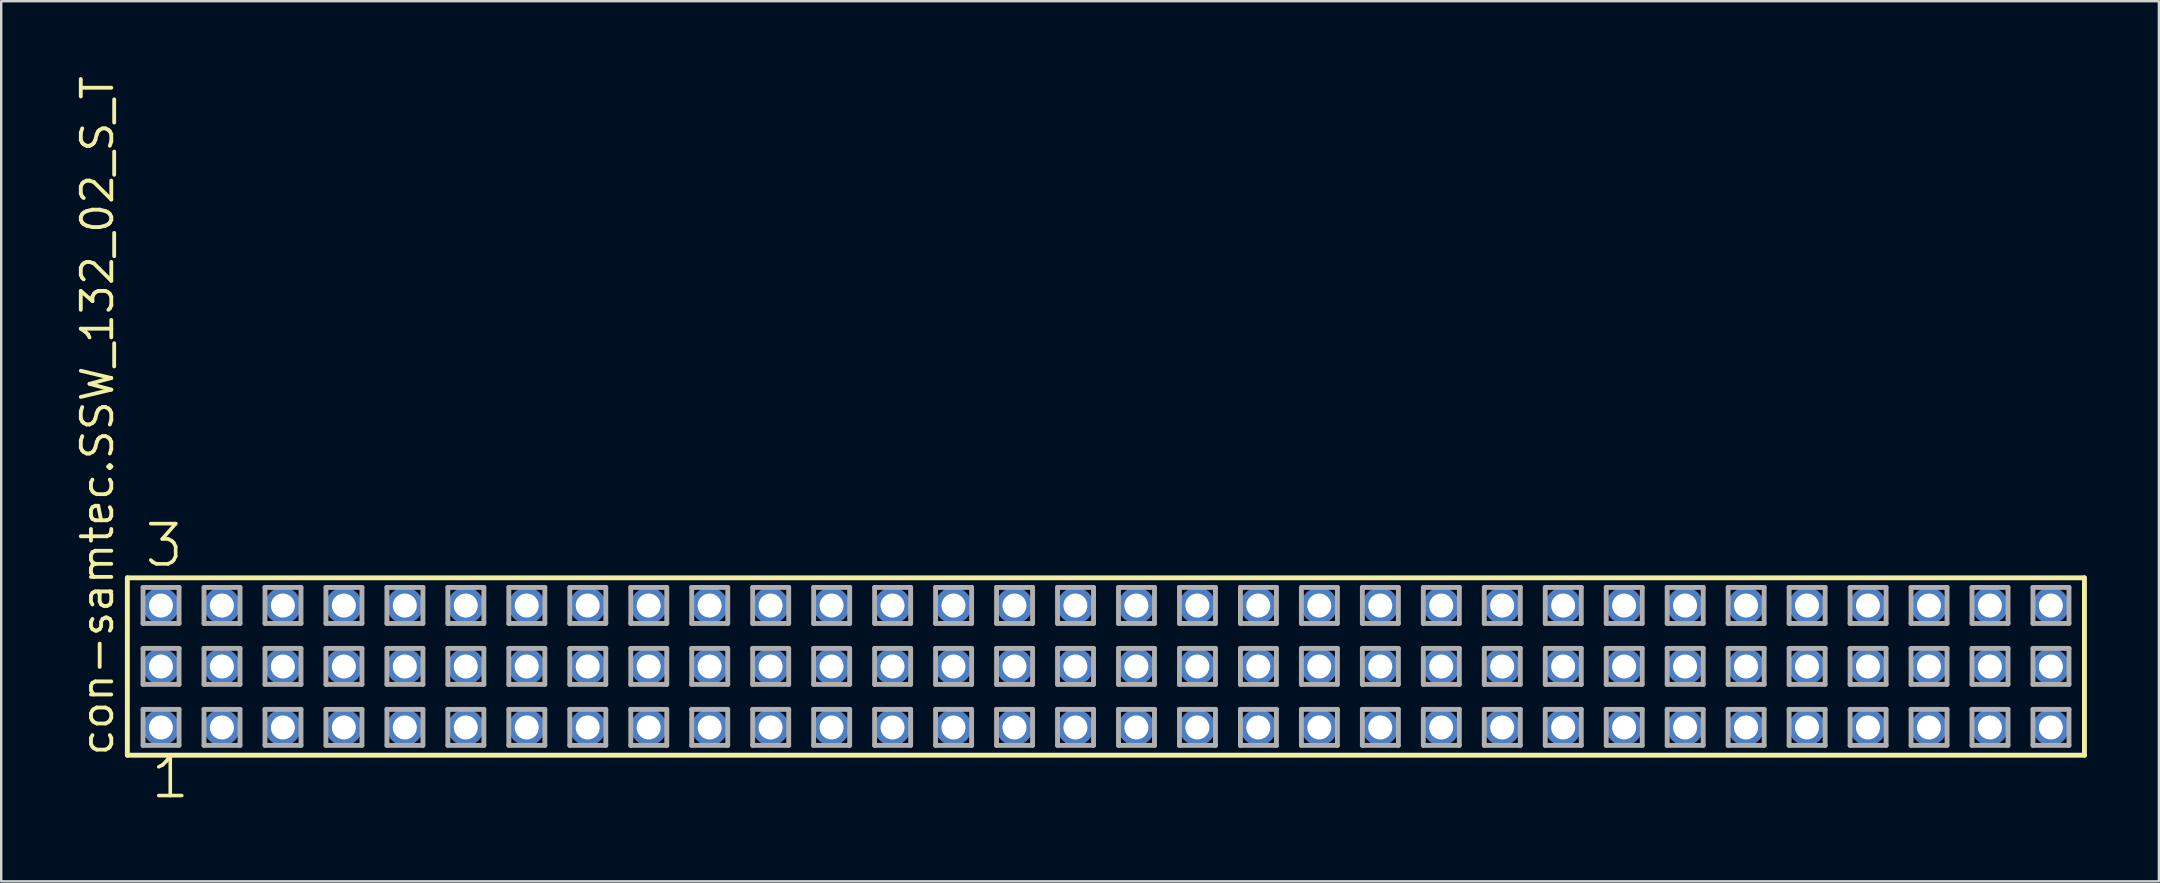
<source format=kicad_pcb>
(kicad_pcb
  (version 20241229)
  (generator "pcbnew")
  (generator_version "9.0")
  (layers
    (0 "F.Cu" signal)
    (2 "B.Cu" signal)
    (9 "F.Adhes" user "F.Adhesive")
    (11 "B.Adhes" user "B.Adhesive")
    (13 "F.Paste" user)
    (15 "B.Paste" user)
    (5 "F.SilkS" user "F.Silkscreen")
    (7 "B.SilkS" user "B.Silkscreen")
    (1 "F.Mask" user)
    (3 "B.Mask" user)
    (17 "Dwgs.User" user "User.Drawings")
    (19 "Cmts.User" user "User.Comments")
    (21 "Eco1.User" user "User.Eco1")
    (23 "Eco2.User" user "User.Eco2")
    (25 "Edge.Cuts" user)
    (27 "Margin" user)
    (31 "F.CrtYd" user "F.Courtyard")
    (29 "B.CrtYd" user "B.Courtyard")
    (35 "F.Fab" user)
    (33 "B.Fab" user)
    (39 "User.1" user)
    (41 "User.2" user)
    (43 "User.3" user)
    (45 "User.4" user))
  (footprint "con-samtec.SSW_132_02_S_T"
    (layer "F.Cu")
    (at 43.025 24.719)
    (property "Reference" "con-samtec.SSW_132_02_S_T" (at -41.275 3.81 90) (layer "F.SilkS") (effects (font (size 1.27 1.27) (thickness 0.16)) (justify left bottom)))
    (attr through_hole)
    (fp_line (start -40.769 -3.695) (end 40.769 -3.695) (stroke (width 0.203) (type default)) (layer "F.SilkS"))
    (fp_line (start -40.769 3.695) (end -40.769 -3.695) (stroke (width 0.203) (type default)) (layer "F.SilkS"))
    (fp_line (start 40.769 -3.695) (end 40.769 3.695) (stroke (width 0.203) (type default)) (layer "F.SilkS"))
    (fp_line (start 40.769 3.695) (end -40.769 3.695) (stroke (width 0.203) (type default)) (layer "F.SilkS"))
    (fp_line (start -40.115 -3.295) (end -38.615 -3.295) (stroke (width 0.203) (type default)) (layer "F.Fab"))
    (fp_line (start -40.115 -1.795) (end -40.115 -3.295) (stroke (width 0.203) (type default)) (layer "F.Fab"))
    (fp_line (start -40.115 -0.755) (end -38.615 -0.755) (stroke (width 0.203) (type default)) (layer "F.Fab"))
    (fp_line (start -40.115 0.745) (end -40.115 -0.755) (stroke (width 0.203) (type default)) (layer "F.Fab"))
    (fp_line (start -40.115 1.785) (end -38.615 1.785) (stroke (width 0.203) (type default)) (layer "F.Fab"))
    (fp_line (start -40.115 3.285) (end -40.115 1.785) (stroke (width 0.203) (type default)) (layer "F.Fab"))
    (fp_line (start -38.615 -3.295) (end -38.615 -1.795) (stroke (width 0.203) (type default)) (layer "F.Fab"))
    (fp_line (start -38.615 -1.795) (end -40.115 -1.795) (stroke (width 0.203) (type default)) (layer "F.Fab"))
    (fp_line (start -38.615 -0.755) (end -38.615 0.745) (stroke (width 0.203) (type default)) (layer "F.Fab"))
    (fp_line (start -38.615 0.745) (end -40.115 0.745) (stroke (width 0.203) (type default)) (layer "F.Fab"))
    (fp_line (start -38.615 1.785) (end -38.615 3.285) (stroke (width 0.203) (type default)) (layer "F.Fab"))
    (fp_line (start -38.615 3.285) (end -40.115 3.285) (stroke (width 0.203) (type default)) (layer "F.Fab"))
    (fp_line (start -37.575 -3.295) (end -36.075 -3.295) (stroke (width 0.203) (type default)) (layer "F.Fab"))
    (fp_line (start -37.575 -1.795) (end -37.575 -3.295) (stroke (width 0.203) (type default)) (layer "F.Fab"))
    (fp_line (start -37.575 -0.755) (end -36.075 -0.755) (stroke (width 0.203) (type default)) (layer "F.Fab"))
    (fp_line (start -37.575 0.745) (end -37.575 -0.755) (stroke (width 0.203) (type default)) (layer "F.Fab"))
    (fp_line (start -37.575 1.785) (end -36.075 1.785) (stroke (width 0.203) (type default)) (layer "F.Fab"))
    (fp_line (start -37.575 3.285) (end -37.575 1.785) (stroke (width 0.203) (type default)) (layer "F.Fab"))
    (fp_line (start -36.075 -3.295) (end -36.075 -1.795) (stroke (width 0.203) (type default)) (layer "F.Fab"))
    (fp_line (start -36.075 -1.795) (end -37.575 -1.795) (stroke (width 0.203) (type default)) (layer "F.Fab"))
    (fp_line (start -36.075 -0.755) (end -36.075 0.745) (stroke (width 0.203) (type default)) (layer "F.Fab"))
    (fp_line (start -36.075 0.745) (end -37.575 0.745) (stroke (width 0.203) (type default)) (layer "F.Fab"))
    (fp_line (start -36.075 1.785) (end -36.075 3.285) (stroke (width 0.203) (type default)) (layer "F.Fab"))
    (fp_line (start -36.075 3.285) (end -37.575 3.285) (stroke (width 0.203) (type default)) (layer "F.Fab"))
    (fp_line (start -35.035 -3.295) (end -33.535 -3.295) (stroke (width 0.203) (type default)) (layer "F.Fab"))
    (fp_line (start -35.035 -1.795) (end -35.035 -3.295) (stroke (width 0.203) (type default)) (layer "F.Fab"))
    (fp_line (start -35.035 -0.755) (end -33.535 -0.755) (stroke (width 0.203) (type default)) (layer "F.Fab"))
    (fp_line (start -35.035 0.745) (end -35.035 -0.755) (stroke (width 0.203) (type default)) (layer "F.Fab"))
    (fp_line (start -35.035 1.785) (end -33.535 1.785) (stroke (width 0.203) (type default)) (layer "F.Fab"))
    (fp_line (start -35.035 3.285) (end -35.035 1.785) (stroke (width 0.203) (type default)) (layer "F.Fab"))
    (fp_line (start -33.535 -3.295) (end -33.535 -1.795) (stroke (width 0.203) (type default)) (layer "F.Fab"))
    (fp_line (start -33.535 -1.795) (end -35.035 -1.795) (stroke (width 0.203) (type default)) (layer "F.Fab"))
    (fp_line (start -33.535 -0.755) (end -33.535 0.745) (stroke (width 0.203) (type default)) (layer "F.Fab"))
    (fp_line (start -33.535 0.745) (end -35.035 0.745) (stroke (width 0.203) (type default)) (layer "F.Fab"))
    (fp_line (start -33.535 1.785) (end -33.535 3.285) (stroke (width 0.203) (type default)) (layer "F.Fab"))
    (fp_line (start -33.535 3.285) (end -35.035 3.285) (stroke (width 0.203) (type default)) (layer "F.Fab"))
    (fp_line (start -32.495 -3.295) (end -30.995 -3.295) (stroke (width 0.203) (type default)) (layer "F.Fab"))
    (fp_line (start -32.495 -1.795) (end -32.495 -3.295) (stroke (width 0.203) (type default)) (layer "F.Fab"))
    (fp_line (start -32.495 -0.755) (end -30.995 -0.755) (stroke (width 0.203) (type default)) (layer "F.Fab"))
    (fp_line (start -32.495 0.745) (end -32.495 -0.755) (stroke (width 0.203) (type default)) (layer "F.Fab"))
    (fp_line (start -32.495 1.785) (end -30.995 1.785) (stroke (width 0.203) (type default)) (layer "F.Fab"))
    (fp_line (start -32.495 3.285) (end -32.495 1.785) (stroke (width 0.203) (type default)) (layer "F.Fab"))
    (fp_line (start -30.995 -3.295) (end -30.995 -1.795) (stroke (width 0.203) (type default)) (layer "F.Fab"))
    (fp_line (start -30.995 -1.795) (end -32.495 -1.795) (stroke (width 0.203) (type default)) (layer "F.Fab"))
    (fp_line (start -30.995 -0.755) (end -30.995 0.745) (stroke (width 0.203) (type default)) (layer "F.Fab"))
    (fp_line (start -30.995 0.745) (end -32.495 0.745) (stroke (width 0.203) (type default)) (layer "F.Fab"))
    (fp_line (start -30.995 1.785) (end -30.995 3.285) (stroke (width 0.203) (type default)) (layer "F.Fab"))
    (fp_line (start -30.995 3.285) (end -32.495 3.285) (stroke (width 0.203) (type default)) (layer "F.Fab"))
    (fp_line (start -29.955 -3.295) (end -28.455 -3.295) (stroke (width 0.203) (type default)) (layer "F.Fab"))
    (fp_line (start -29.955 -1.795) (end -29.955 -3.295) (stroke (width 0.203) (type default)) (layer "F.Fab"))
    (fp_line (start -29.955 -0.755) (end -28.455 -0.755) (stroke (width 0.203) (type default)) (layer "F.Fab"))
    (fp_line (start -29.955 0.745) (end -29.955 -0.755) (stroke (width 0.203) (type default)) (layer "F.Fab"))
    (fp_line (start -29.955 1.785) (end -28.455 1.785) (stroke (width 0.203) (type default)) (layer "F.Fab"))
    (fp_line (start -29.955 3.285) (end -29.955 1.785) (stroke (width 0.203) (type default)) (layer "F.Fab"))
    (fp_line (start -28.455 -3.295) (end -28.455 -1.795) (stroke (width 0.203) (type default)) (layer "F.Fab"))
    (fp_line (start -28.455 -1.795) (end -29.955 -1.795) (stroke (width 0.203) (type default)) (layer "F.Fab"))
    (fp_line (start -28.455 -0.755) (end -28.455 0.745) (stroke (width 0.203) (type default)) (layer "F.Fab"))
    (fp_line (start -28.455 0.745) (end -29.955 0.745) (stroke (width 0.203) (type default)) (layer "F.Fab"))
    (fp_line (start -28.455 1.785) (end -28.455 3.285) (stroke (width 0.203) (type default)) (layer "F.Fab"))
    (fp_line (start -28.455 3.285) (end -29.955 3.285) (stroke (width 0.203) (type default)) (layer "F.Fab"))
    (fp_line (start -27.415 -3.295) (end -25.915 -3.295) (stroke (width 0.203) (type default)) (layer "F.Fab"))
    (fp_line (start -27.415 -1.795) (end -27.415 -3.295) (stroke (width 0.203) (type default)) (layer "F.Fab"))
    (fp_line (start -27.415 -0.755) (end -25.915 -0.755) (stroke (width 0.203) (type default)) (layer "F.Fab"))
    (fp_line (start -27.415 0.745) (end -27.415 -0.755) (stroke (width 0.203) (type default)) (layer "F.Fab"))
    (fp_line (start -27.415 1.785) (end -25.915 1.785) (stroke (width 0.203) (type default)) (layer "F.Fab"))
    (fp_line (start -27.415 3.285) (end -27.415 1.785) (stroke (width 0.203) (type default)) (layer "F.Fab"))
    (fp_line (start -25.915 -3.295) (end -25.915 -1.795) (stroke (width 0.203) (type default)) (layer "F.Fab"))
    (fp_line (start -25.915 -1.795) (end -27.415 -1.795) (stroke (width 0.203) (type default)) (layer "F.Fab"))
    (fp_line (start -25.915 -0.755) (end -25.915 0.745) (stroke (width 0.203) (type default)) (layer "F.Fab"))
    (fp_line (start -25.915 0.745) (end -27.415 0.745) (stroke (width 0.203) (type default)) (layer "F.Fab"))
    (fp_line (start -25.915 1.785) (end -25.915 3.285) (stroke (width 0.203) (type default)) (layer "F.Fab"))
    (fp_line (start -25.915 3.285) (end -27.415 3.285) (stroke (width 0.203) (type default)) (layer "F.Fab"))
    (fp_line (start -24.875 -3.295) (end -23.375 -3.295) (stroke (width 0.203) (type default)) (layer "F.Fab"))
    (fp_line (start -24.875 -1.795) (end -24.875 -3.295) (stroke (width 0.203) (type default)) (layer "F.Fab"))
    (fp_line (start -24.875 -0.755) (end -23.375 -0.755) (stroke (width 0.203) (type default)) (layer "F.Fab"))
    (fp_line (start -24.875 0.745) (end -24.875 -0.755) (stroke (width 0.203) (type default)) (layer "F.Fab"))
    (fp_line (start -24.875 1.785) (end -23.375 1.785) (stroke (width 0.203) (type default)) (layer "F.Fab"))
    (fp_line (start -24.875 3.285) (end -24.875 1.785) (stroke (width 0.203) (type default)) (layer "F.Fab"))
    (fp_line (start -23.375 -3.295) (end -23.375 -1.795) (stroke (width 0.203) (type default)) (layer "F.Fab"))
    (fp_line (start -23.375 -1.795) (end -24.875 -1.795) (stroke (width 0.203) (type default)) (layer "F.Fab"))
    (fp_line (start -23.375 -0.755) (end -23.375 0.745) (stroke (width 0.203) (type default)) (layer "F.Fab"))
    (fp_line (start -23.375 0.745) (end -24.875 0.745) (stroke (width 0.203) (type default)) (layer "F.Fab"))
    (fp_line (start -23.375 1.785) (end -23.375 3.285) (stroke (width 0.203) (type default)) (layer "F.Fab"))
    (fp_line (start -23.375 3.285) (end -24.875 3.285) (stroke (width 0.203) (type default)) (layer "F.Fab"))
    (fp_line (start -22.335 -3.295) (end -20.835 -3.295) (stroke (width 0.203) (type default)) (layer "F.Fab"))
    (fp_line (start -22.335 -1.795) (end -22.335 -3.295) (stroke (width 0.203) (type default)) (layer "F.Fab"))
    (fp_line (start -22.335 -0.755) (end -20.835 -0.755) (stroke (width 0.203) (type default)) (layer "F.Fab"))
    (fp_line (start -22.335 0.745) (end -22.335 -0.755) (stroke (width 0.203) (type default)) (layer "F.Fab"))
    (fp_line (start -22.335 1.785) (end -20.835 1.785) (stroke (width 0.203) (type default)) (layer "F.Fab"))
    (fp_line (start -22.335 3.285) (end -22.335 1.785) (stroke (width 0.203) (type default)) (layer "F.Fab"))
    (fp_line (start -20.835 -3.295) (end -20.835 -1.795) (stroke (width 0.203) (type default)) (layer "F.Fab"))
    (fp_line (start -20.835 -1.795) (end -22.335 -1.795) (stroke (width 0.203) (type default)) (layer "F.Fab"))
    (fp_line (start -20.835 -0.755) (end -20.835 0.745) (stroke (width 0.203) (type default)) (layer "F.Fab"))
    (fp_line (start -20.835 0.745) (end -22.335 0.745) (stroke (width 0.203) (type default)) (layer "F.Fab"))
    (fp_line (start -20.835 1.785) (end -20.835 3.285) (stroke (width 0.203) (type default)) (layer "F.Fab"))
    (fp_line (start -20.835 3.285) (end -22.335 3.285) (stroke (width 0.203) (type default)) (layer "F.Fab"))
    (fp_line (start -19.795 -3.295) (end -18.295 -3.295) (stroke (width 0.203) (type default)) (layer "F.Fab"))
    (fp_line (start -19.795 -1.795) (end -19.795 -3.295) (stroke (width 0.203) (type default)) (layer "F.Fab"))
    (fp_line (start -19.795 -0.755) (end -18.295 -0.755) (stroke (width 0.203) (type default)) (layer "F.Fab"))
    (fp_line (start -19.795 0.745) (end -19.795 -0.755) (stroke (width 0.203) (type default)) (layer "F.Fab"))
    (fp_line (start -19.795 1.785) (end -18.295 1.785) (stroke (width 0.203) (type default)) (layer "F.Fab"))
    (fp_line (start -19.795 3.285) (end -19.795 1.785) (stroke (width 0.203) (type default)) (layer "F.Fab"))
    (fp_line (start -18.295 -3.295) (end -18.295 -1.795) (stroke (width 0.203) (type default)) (layer "F.Fab"))
    (fp_line (start -18.295 -1.795) (end -19.795 -1.795) (stroke (width 0.203) (type default)) (layer "F.Fab"))
    (fp_line (start -18.295 -0.755) (end -18.295 0.745) (stroke (width 0.203) (type default)) (layer "F.Fab"))
    (fp_line (start -18.295 0.745) (end -19.795 0.745) (stroke (width 0.203) (type default)) (layer "F.Fab"))
    (fp_line (start -18.295 1.785) (end -18.295 3.285) (stroke (width 0.203) (type default)) (layer "F.Fab"))
    (fp_line (start -18.295 3.285) (end -19.795 3.285) (stroke (width 0.203) (type default)) (layer "F.Fab"))
    (fp_line (start -17.255 -3.295) (end -15.755 -3.295) (stroke (width 0.203) (type default)) (layer "F.Fab"))
    (fp_line (start -17.255 -1.795) (end -17.255 -3.295) (stroke (width 0.203) (type default)) (layer "F.Fab"))
    (fp_line (start -17.255 -0.755) (end -15.755 -0.755) (stroke (width 0.203) (type default)) (layer "F.Fab"))
    (fp_line (start -17.255 0.745) (end -17.255 -0.755) (stroke (width 0.203) (type default)) (layer "F.Fab"))
    (fp_line (start -17.255 1.785) (end -15.755 1.785) (stroke (width 0.203) (type default)) (layer "F.Fab"))
    (fp_line (start -17.255 3.285) (end -17.255 1.785) (stroke (width 0.203) (type default)) (layer "F.Fab"))
    (fp_line (start -15.755 -3.295) (end -15.755 -1.795) (stroke (width 0.203) (type default)) (layer "F.Fab"))
    (fp_line (start -15.755 -1.795) (end -17.255 -1.795) (stroke (width 0.203) (type default)) (layer "F.Fab"))
    (fp_line (start -15.755 -0.755) (end -15.755 0.745) (stroke (width 0.203) (type default)) (layer "F.Fab"))
    (fp_line (start -15.755 0.745) (end -17.255 0.745) (stroke (width 0.203) (type default)) (layer "F.Fab"))
    (fp_line (start -15.755 1.785) (end -15.755 3.285) (stroke (width 0.203) (type default)) (layer "F.Fab"))
    (fp_line (start -15.755 3.285) (end -17.255 3.285) (stroke (width 0.203) (type default)) (layer "F.Fab"))
    (fp_line (start -14.715 -3.295) (end -13.215 -3.295) (stroke (width 0.203) (type default)) (layer "F.Fab"))
    (fp_line (start -14.715 -1.795) (end -14.715 -3.295) (stroke (width 0.203) (type default)) (layer "F.Fab"))
    (fp_line (start -14.715 -0.755) (end -13.215 -0.755) (stroke (width 0.203) (type default)) (layer "F.Fab"))
    (fp_line (start -14.715 0.745) (end -14.715 -0.755) (stroke (width 0.203) (type default)) (layer "F.Fab"))
    (fp_line (start -14.715 1.785) (end -13.215 1.785) (stroke (width 0.203) (type default)) (layer "F.Fab"))
    (fp_line (start -14.715 3.285) (end -14.715 1.785) (stroke (width 0.203) (type default)) (layer "F.Fab"))
    (fp_line (start -13.215 -3.295) (end -13.215 -1.795) (stroke (width 0.203) (type default)) (layer "F.Fab"))
    (fp_line (start -13.215 -1.795) (end -14.715 -1.795) (stroke (width 0.203) (type default)) (layer "F.Fab"))
    (fp_line (start -13.215 -0.755) (end -13.215 0.745) (stroke (width 0.203) (type default)) (layer "F.Fab"))
    (fp_line (start -13.215 0.745) (end -14.715 0.745) (stroke (width 0.203) (type default)) (layer "F.Fab"))
    (fp_line (start -13.215 1.785) (end -13.215 3.285) (stroke (width 0.203) (type default)) (layer "F.Fab"))
    (fp_line (start -13.215 3.285) (end -14.715 3.285) (stroke (width 0.203) (type default)) (layer "F.Fab"))
    (fp_line (start -12.175 -3.295) (end -10.675 -3.295) (stroke (width 0.203) (type default)) (layer "F.Fab"))
    (fp_line (start -12.175 -1.795) (end -12.175 -3.295) (stroke (width 0.203) (type default)) (layer "F.Fab"))
    (fp_line (start -12.175 -0.755) (end -10.675 -0.755) (stroke (width 0.203) (type default)) (layer "F.Fab"))
    (fp_line (start -12.175 0.745) (end -12.175 -0.755) (stroke (width 0.203) (type default)) (layer "F.Fab"))
    (fp_line (start -12.175 1.785) (end -10.675 1.785) (stroke (width 0.203) (type default)) (layer "F.Fab"))
    (fp_line (start -12.175 3.285) (end -12.175 1.785) (stroke (width 0.203) (type default)) (layer "F.Fab"))
    (fp_line (start -10.675 -3.295) (end -10.675 -1.795) (stroke (width 0.203) (type default)) (layer "F.Fab"))
    (fp_line (start -10.675 -1.795) (end -12.175 -1.795) (stroke (width 0.203) (type default)) (layer "F.Fab"))
    (fp_line (start -10.675 -0.755) (end -10.675 0.745) (stroke (width 0.203) (type default)) (layer "F.Fab"))
    (fp_line (start -10.675 0.745) (end -12.175 0.745) (stroke (width 0.203) (type default)) (layer "F.Fab"))
    (fp_line (start -10.675 1.785) (end -10.675 3.285) (stroke (width 0.203) (type default)) (layer "F.Fab"))
    (fp_line (start -10.675 3.285) (end -12.175 3.285) (stroke (width 0.203) (type default)) (layer "F.Fab"))
    (fp_line (start -9.635 -3.295) (end -8.135 -3.295) (stroke (width 0.203) (type default)) (layer "F.Fab"))
    (fp_line (start -9.635 -1.795) (end -9.635 -3.295) (stroke (width 0.203) (type default)) (layer "F.Fab"))
    (fp_line (start -9.635 -0.755) (end -8.135 -0.755) (stroke (width 0.203) (type default)) (layer "F.Fab"))
    (fp_line (start -9.635 0.745) (end -9.635 -0.755) (stroke (width 0.203) (type default)) (layer "F.Fab"))
    (fp_line (start -9.635 1.785) (end -8.135 1.785) (stroke (width 0.203) (type default)) (layer "F.Fab"))
    (fp_line (start -9.635 3.285) (end -9.635 1.785) (stroke (width 0.203) (type default)) (layer "F.Fab"))
    (fp_line (start -8.135 -3.295) (end -8.135 -1.795) (stroke (width 0.203) (type default)) (layer "F.Fab"))
    (fp_line (start -8.135 -1.795) (end -9.635 -1.795) (stroke (width 0.203) (type default)) (layer "F.Fab"))
    (fp_line (start -8.135 -0.755) (end -8.135 0.745) (stroke (width 0.203) (type default)) (layer "F.Fab"))
    (fp_line (start -8.135 0.745) (end -9.635 0.745) (stroke (width 0.203) (type default)) (layer "F.Fab"))
    (fp_line (start -8.135 1.785) (end -8.135 3.285) (stroke (width 0.203) (type default)) (layer "F.Fab"))
    (fp_line (start -8.135 3.285) (end -9.635 3.285) (stroke (width 0.203) (type default)) (layer "F.Fab"))
    (fp_line (start -7.095 -3.295) (end -5.595 -3.295) (stroke (width 0.203) (type default)) (layer "F.Fab"))
    (fp_line (start -7.095 -1.795) (end -7.095 -3.295) (stroke (width 0.203) (type default)) (layer "F.Fab"))
    (fp_line (start -7.095 -0.755) (end -5.595 -0.755) (stroke (width 0.203) (type default)) (layer "F.Fab"))
    (fp_line (start -7.095 0.745) (end -7.095 -0.755) (stroke (width 0.203) (type default)) (layer "F.Fab"))
    (fp_line (start -7.095 1.785) (end -5.595 1.785) (stroke (width 0.203) (type default)) (layer "F.Fab"))
    (fp_line (start -7.095 3.285) (end -7.095 1.785) (stroke (width 0.203) (type default)) (layer "F.Fab"))
    (fp_line (start -5.595 -3.295) (end -5.595 -1.795) (stroke (width 0.203) (type default)) (layer "F.Fab"))
    (fp_line (start -5.595 -1.795) (end -7.095 -1.795) (stroke (width 0.203) (type default)) (layer "F.Fab"))
    (fp_line (start -5.595 -0.755) (end -5.595 0.745) (stroke (width 0.203) (type default)) (layer "F.Fab"))
    (fp_line (start -5.595 0.745) (end -7.095 0.745) (stroke (width 0.203) (type default)) (layer "F.Fab"))
    (fp_line (start -5.595 1.785) (end -5.595 3.285) (stroke (width 0.203) (type default)) (layer "F.Fab"))
    (fp_line (start -5.595 3.285) (end -7.095 3.285) (stroke (width 0.203) (type default)) (layer "F.Fab"))
    (fp_line (start -4.555 -3.295) (end -3.055 -3.295) (stroke (width 0.203) (type default)) (layer "F.Fab"))
    (fp_line (start -4.555 -1.795) (end -4.555 -3.295) (stroke (width 0.203) (type default)) (layer "F.Fab"))
    (fp_line (start -4.555 -0.755) (end -3.055 -0.755) (stroke (width 0.203) (type default)) (layer "F.Fab"))
    (fp_line (start -4.555 0.745) (end -4.555 -0.755) (stroke (width 0.203) (type default)) (layer "F.Fab"))
    (fp_line (start -4.555 1.785) (end -3.055 1.785) (stroke (width 0.203) (type default)) (layer "F.Fab"))
    (fp_line (start -4.555 3.285) (end -4.555 1.785) (stroke (width 0.203) (type default)) (layer "F.Fab"))
    (fp_line (start -3.055 -3.295) (end -3.055 -1.795) (stroke (width 0.203) (type default)) (layer "F.Fab"))
    (fp_line (start -3.055 -1.795) (end -4.555 -1.795) (stroke (width 0.203) (type default)) (layer "F.Fab"))
    (fp_line (start -3.055 -0.755) (end -3.055 0.745) (stroke (width 0.203) (type default)) (layer "F.Fab"))
    (fp_line (start -3.055 0.745) (end -4.555 0.745) (stroke (width 0.203) (type default)) (layer "F.Fab"))
    (fp_line (start -3.055 1.785) (end -3.055 3.285) (stroke (width 0.203) (type default)) (layer "F.Fab"))
    (fp_line (start -3.055 3.285) (end -4.555 3.285) (stroke (width 0.203) (type default)) (layer "F.Fab"))
    (fp_line (start -2.015 -3.295) (end -0.515 -3.295) (stroke (width 0.203) (type default)) (layer "F.Fab"))
    (fp_line (start -2.015 -1.795) (end -2.015 -3.295) (stroke (width 0.203) (type default)) (layer "F.Fab"))
    (fp_line (start -2.015 -0.755) (end -0.515 -0.755) (stroke (width 0.203) (type default)) (layer "F.Fab"))
    (fp_line (start -2.015 0.745) (end -2.015 -0.755) (stroke (width 0.203) (type default)) (layer "F.Fab"))
    (fp_line (start -2.015 1.785) (end -0.515 1.785) (stroke (width 0.203) (type default)) (layer "F.Fab"))
    (fp_line (start -2.015 3.285) (end -2.015 1.785) (stroke (width 0.203) (type default)) (layer "F.Fab"))
    (fp_line (start -0.515 -3.295) (end -0.515 -1.795) (stroke (width 0.203) (type default)) (layer "F.Fab"))
    (fp_line (start -0.515 -1.795) (end -2.015 -1.795) (stroke (width 0.203) (type default)) (layer "F.Fab"))
    (fp_line (start -0.515 -0.755) (end -0.515 0.745) (stroke (width 0.203) (type default)) (layer "F.Fab"))
    (fp_line (start -0.515 0.745) (end -2.015 0.745) (stroke (width 0.203) (type default)) (layer "F.Fab"))
    (fp_line (start -0.515 1.785) (end -0.515 3.285) (stroke (width 0.203) (type default)) (layer "F.Fab"))
    (fp_line (start -0.515 3.285) (end -2.015 3.285) (stroke (width 0.203) (type default)) (layer "F.Fab"))
    (fp_line (start 0.525 -3.295) (end 2.025 -3.295) (stroke (width 0.203) (type default)) (layer "F.Fab"))
    (fp_line (start 0.525 -1.795) (end 0.525 -3.295) (stroke (width 0.203) (type default)) (layer "F.Fab"))
    (fp_line (start 0.525 -0.755) (end 2.025 -0.755) (stroke (width 0.203) (type default)) (layer "F.Fab"))
    (fp_line (start 0.525 0.745) (end 0.525 -0.755) (stroke (width 0.203) (type default)) (layer "F.Fab"))
    (fp_line (start 0.525 1.785) (end 2.025 1.785) (stroke (width 0.203) (type default)) (layer "F.Fab"))
    (fp_line (start 0.525 3.285) (end 0.525 1.785) (stroke (width 0.203) (type default)) (layer "F.Fab"))
    (fp_line (start 2.025 -3.295) (end 2.025 -1.795) (stroke (width 0.203) (type default)) (layer "F.Fab"))
    (fp_line (start 2.025 -1.795) (end 0.525 -1.795) (stroke (width 0.203) (type default)) (layer "F.Fab"))
    (fp_line (start 2.025 -0.755) (end 2.025 0.745) (stroke (width 0.203) (type default)) (layer "F.Fab"))
    (fp_line (start 2.025 0.745) (end 0.525 0.745) (stroke (width 0.203) (type default)) (layer "F.Fab"))
    (fp_line (start 2.025 1.785) (end 2.025 3.285) (stroke (width 0.203) (type default)) (layer "F.Fab"))
    (fp_line (start 2.025 3.285) (end 0.525 3.285) (stroke (width 0.203) (type default)) (layer "F.Fab"))
    (fp_line (start 3.065 -3.295) (end 4.565 -3.295) (stroke (width 0.203) (type default)) (layer "F.Fab"))
    (fp_line (start 3.065 -1.795) (end 3.065 -3.295) (stroke (width 0.203) (type default)) (layer "F.Fab"))
    (fp_line (start 3.065 -0.755) (end 4.565 -0.755) (stroke (width 0.203) (type default)) (layer "F.Fab"))
    (fp_line (start 3.065 0.745) (end 3.065 -0.755) (stroke (width 0.203) (type default)) (layer "F.Fab"))
    (fp_line (start 3.065 1.785) (end 4.565 1.785) (stroke (width 0.203) (type default)) (layer "F.Fab"))
    (fp_line (start 3.065 3.285) (end 3.065 1.785) (stroke (width 0.203) (type default)) (layer "F.Fab"))
    (fp_line (start 4.565 -3.295) (end 4.565 -1.795) (stroke (width 0.203) (type default)) (layer "F.Fab"))
    (fp_line (start 4.565 -1.795) (end 3.065 -1.795) (stroke (width 0.203) (type default)) (layer "F.Fab"))
    (fp_line (start 4.565 -0.755) (end 4.565 0.745) (stroke (width 0.203) (type default)) (layer "F.Fab"))
    (fp_line (start 4.565 0.745) (end 3.065 0.745) (stroke (width 0.203) (type default)) (layer "F.Fab"))
    (fp_line (start 4.565 1.785) (end 4.565 3.285) (stroke (width 0.203) (type default)) (layer "F.Fab"))
    (fp_line (start 4.565 3.285) (end 3.065 3.285) (stroke (width 0.203) (type default)) (layer "F.Fab"))
    (fp_line (start 5.605 -3.295) (end 7.105 -3.295) (stroke (width 0.203) (type default)) (layer "F.Fab"))
    (fp_line (start 5.605 -1.795) (end 5.605 -3.295) (stroke (width 0.203) (type default)) (layer "F.Fab"))
    (fp_line (start 5.605 -0.755) (end 7.105 -0.755) (stroke (width 0.203) (type default)) (layer "F.Fab"))
    (fp_line (start 5.605 0.745) (end 5.605 -0.755) (stroke (width 0.203) (type default)) (layer "F.Fab"))
    (fp_line (start 5.605 1.785) (end 7.105 1.785) (stroke (width 0.203) (type default)) (layer "F.Fab"))
    (fp_line (start 5.605 3.285) (end 5.605 1.785) (stroke (width 0.203) (type default)) (layer "F.Fab"))
    (fp_line (start 7.105 -3.295) (end 7.105 -1.795) (stroke (width 0.203) (type default)) (layer "F.Fab"))
    (fp_line (start 7.105 -1.795) (end 5.605 -1.795) (stroke (width 0.203) (type default)) (layer "F.Fab"))
    (fp_line (start 7.105 -0.755) (end 7.105 0.745) (stroke (width 0.203) (type default)) (layer "F.Fab"))
    (fp_line (start 7.105 0.745) (end 5.605 0.745) (stroke (width 0.203) (type default)) (layer "F.Fab"))
    (fp_line (start 7.105 1.785) (end 7.105 3.285) (stroke (width 0.203) (type default)) (layer "F.Fab"))
    (fp_line (start 7.105 3.285) (end 5.605 3.285) (stroke (width 0.203) (type default)) (layer "F.Fab"))
    (fp_line (start 8.145 -3.295) (end 9.645 -3.295) (stroke (width 0.203) (type default)) (layer "F.Fab"))
    (fp_line (start 8.145 -1.795) (end 8.145 -3.295) (stroke (width 0.203) (type default)) (layer "F.Fab"))
    (fp_line (start 8.145 -0.755) (end 9.645 -0.755) (stroke (width 0.203) (type default)) (layer "F.Fab"))
    (fp_line (start 8.145 0.745) (end 8.145 -0.755) (stroke (width 0.203) (type default)) (layer "F.Fab"))
    (fp_line (start 8.145 1.785) (end 9.645 1.785) (stroke (width 0.203) (type default)) (layer "F.Fab"))
    (fp_line (start 8.145 3.285) (end 8.145 1.785) (stroke (width 0.203) (type default)) (layer "F.Fab"))
    (fp_line (start 9.645 -3.295) (end 9.645 -1.795) (stroke (width 0.203) (type default)) (layer "F.Fab"))
    (fp_line (start 9.645 -1.795) (end 8.145 -1.795) (stroke (width 0.203) (type default)) (layer "F.Fab"))
    (fp_line (start 9.645 -0.755) (end 9.645 0.745) (stroke (width 0.203) (type default)) (layer "F.Fab"))
    (fp_line (start 9.645 0.745) (end 8.145 0.745) (stroke (width 0.203) (type default)) (layer "F.Fab"))
    (fp_line (start 9.645 1.785) (end 9.645 3.285) (stroke (width 0.203) (type default)) (layer "F.Fab"))
    (fp_line (start 9.645 3.285) (end 8.145 3.285) (stroke (width 0.203) (type default)) (layer "F.Fab"))
    (fp_line (start 10.685 -3.295) (end 12.185 -3.295) (stroke (width 0.203) (type default)) (layer "F.Fab"))
    (fp_line (start 10.685 -1.795) (end 10.685 -3.295) (stroke (width 0.203) (type default)) (layer "F.Fab"))
    (fp_line (start 10.685 -0.755) (end 12.185 -0.755) (stroke (width 0.203) (type default)) (layer "F.Fab"))
    (fp_line (start 10.685 0.745) (end 10.685 -0.755) (stroke (width 0.203) (type default)) (layer "F.Fab"))
    (fp_line (start 10.685 1.785) (end 12.185 1.785) (stroke (width 0.203) (type default)) (layer "F.Fab"))
    (fp_line (start 10.685 3.285) (end 10.685 1.785) (stroke (width 0.203) (type default)) (layer "F.Fab"))
    (fp_line (start 12.185 -3.295) (end 12.185 -1.795) (stroke (width 0.203) (type default)) (layer "F.Fab"))
    (fp_line (start 12.185 -1.795) (end 10.685 -1.795) (stroke (width 0.203) (type default)) (layer "F.Fab"))
    (fp_line (start 12.185 -0.755) (end 12.185 0.745) (stroke (width 0.203) (type default)) (layer "F.Fab"))
    (fp_line (start 12.185 0.745) (end 10.685 0.745) (stroke (width 0.203) (type default)) (layer "F.Fab"))
    (fp_line (start 12.185 1.785) (end 12.185 3.285) (stroke (width 0.203) (type default)) (layer "F.Fab"))
    (fp_line (start 12.185 3.285) (end 10.685 3.285) (stroke (width 0.203) (type default)) (layer "F.Fab"))
    (fp_line (start 13.225 -3.295) (end 14.725 -3.295) (stroke (width 0.203) (type default)) (layer "F.Fab"))
    (fp_line (start 13.225 -1.795) (end 13.225 -3.295) (stroke (width 0.203) (type default)) (layer "F.Fab"))
    (fp_line (start 13.225 -0.755) (end 14.725 -0.755) (stroke (width 0.203) (type default)) (layer "F.Fab"))
    (fp_line (start 13.225 0.745) (end 13.225 -0.755) (stroke (width 0.203) (type default)) (layer "F.Fab"))
    (fp_line (start 13.225 1.785) (end 14.725 1.785) (stroke (width 0.203) (type default)) (layer "F.Fab"))
    (fp_line (start 13.225 3.285) (end 13.225 1.785) (stroke (width 0.203) (type default)) (layer "F.Fab"))
    (fp_line (start 14.725 -3.295) (end 14.725 -1.795) (stroke (width 0.203) (type default)) (layer "F.Fab"))
    (fp_line (start 14.725 -1.795) (end 13.225 -1.795) (stroke (width 0.203) (type default)) (layer "F.Fab"))
    (fp_line (start 14.725 -0.755) (end 14.725 0.745) (stroke (width 0.203) (type default)) (layer "F.Fab"))
    (fp_line (start 14.725 0.745) (end 13.225 0.745) (stroke (width 0.203) (type default)) (layer "F.Fab"))
    (fp_line (start 14.725 1.785) (end 14.725 3.285) (stroke (width 0.203) (type default)) (layer "F.Fab"))
    (fp_line (start 14.725 3.285) (end 13.225 3.285) (stroke (width 0.203) (type default)) (layer "F.Fab"))
    (fp_line (start 15.765 -3.295) (end 17.265 -3.295) (stroke (width 0.203) (type default)) (layer "F.Fab"))
    (fp_line (start 15.765 -1.795) (end 15.765 -3.295) (stroke (width 0.203) (type default)) (layer "F.Fab"))
    (fp_line (start 15.765 -0.755) (end 17.265 -0.755) (stroke (width 0.203) (type default)) (layer "F.Fab"))
    (fp_line (start 15.765 0.745) (end 15.765 -0.755) (stroke (width 0.203) (type default)) (layer "F.Fab"))
    (fp_line (start 15.765 1.785) (end 17.265 1.785) (stroke (width 0.203) (type default)) (layer "F.Fab"))
    (fp_line (start 15.765 3.285) (end 15.765 1.785) (stroke (width 0.203) (type default)) (layer "F.Fab"))
    (fp_line (start 17.265 -3.295) (end 17.265 -1.795) (stroke (width 0.203) (type default)) (layer "F.Fab"))
    (fp_line (start 17.265 -1.795) (end 15.765 -1.795) (stroke (width 0.203) (type default)) (layer "F.Fab"))
    (fp_line (start 17.265 -0.755) (end 17.265 0.745) (stroke (width 0.203) (type default)) (layer "F.Fab"))
    (fp_line (start 17.265 0.745) (end 15.765 0.745) (stroke (width 0.203) (type default)) (layer "F.Fab"))
    (fp_line (start 17.265 1.785) (end 17.265 3.285) (stroke (width 0.203) (type default)) (layer "F.Fab"))
    (fp_line (start 17.265 3.285) (end 15.765 3.285) (stroke (width 0.203) (type default)) (layer "F.Fab"))
    (fp_line (start 18.305 -3.295) (end 19.805 -3.295) (stroke (width 0.203) (type default)) (layer "F.Fab"))
    (fp_line (start 18.305 -1.795) (end 18.305 -3.295) (stroke (width 0.203) (type default)) (layer "F.Fab"))
    (fp_line (start 18.305 -0.755) (end 19.805 -0.755) (stroke (width 0.203) (type default)) (layer "F.Fab"))
    (fp_line (start 18.305 0.745) (end 18.305 -0.755) (stroke (width 0.203) (type default)) (layer "F.Fab"))
    (fp_line (start 18.305 1.785) (end 19.805 1.785) (stroke (width 0.203) (type default)) (layer "F.Fab"))
    (fp_line (start 18.305 3.285) (end 18.305 1.785) (stroke (width 0.203) (type default)) (layer "F.Fab"))
    (fp_line (start 19.805 -3.295) (end 19.805 -1.795) (stroke (width 0.203) (type default)) (layer "F.Fab"))
    (fp_line (start 19.805 -1.795) (end 18.305 -1.795) (stroke (width 0.203) (type default)) (layer "F.Fab"))
    (fp_line (start 19.805 -0.755) (end 19.805 0.745) (stroke (width 0.203) (type default)) (layer "F.Fab"))
    (fp_line (start 19.805 0.745) (end 18.305 0.745) (stroke (width 0.203) (type default)) (layer "F.Fab"))
    (fp_line (start 19.805 1.785) (end 19.805 3.285) (stroke (width 0.203) (type default)) (layer "F.Fab"))
    (fp_line (start 19.805 3.285) (end 18.305 3.285) (stroke (width 0.203) (type default)) (layer "F.Fab"))
    (fp_line (start 20.845 -3.295) (end 22.345 -3.295) (stroke (width 0.203) (type default)) (layer "F.Fab"))
    (fp_line (start 20.845 -1.795) (end 20.845 -3.295) (stroke (width 0.203) (type default)) (layer "F.Fab"))
    (fp_line (start 20.845 -0.755) (end 22.345 -0.755) (stroke (width 0.203) (type default)) (layer "F.Fab"))
    (fp_line (start 20.845 0.745) (end 20.845 -0.755) (stroke (width 0.203) (type default)) (layer "F.Fab"))
    (fp_line (start 20.845 1.785) (end 22.345 1.785) (stroke (width 0.203) (type default)) (layer "F.Fab"))
    (fp_line (start 20.845 3.285) (end 20.845 1.785) (stroke (width 0.203) (type default)) (layer "F.Fab"))
    (fp_line (start 22.345 -3.295) (end 22.345 -1.795) (stroke (width 0.203) (type default)) (layer "F.Fab"))
    (fp_line (start 22.345 -1.795) (end 20.845 -1.795) (stroke (width 0.203) (type default)) (layer "F.Fab"))
    (fp_line (start 22.345 -0.755) (end 22.345 0.745) (stroke (width 0.203) (type default)) (layer "F.Fab"))
    (fp_line (start 22.345 0.745) (end 20.845 0.745) (stroke (width 0.203) (type default)) (layer "F.Fab"))
    (fp_line (start 22.345 1.785) (end 22.345 3.285) (stroke (width 0.203) (type default)) (layer "F.Fab"))
    (fp_line (start 22.345 3.285) (end 20.845 3.285) (stroke (width 0.203) (type default)) (layer "F.Fab"))
    (fp_line (start 23.385 -3.295) (end 24.885 -3.295) (stroke (width 0.203) (type default)) (layer "F.Fab"))
    (fp_line (start 23.385 -1.795) (end 23.385 -3.295) (stroke (width 0.203) (type default)) (layer "F.Fab"))
    (fp_line (start 23.385 -0.755) (end 24.885 -0.755) (stroke (width 0.203) (type default)) (layer "F.Fab"))
    (fp_line (start 23.385 0.745) (end 23.385 -0.755) (stroke (width 0.203) (type default)) (layer "F.Fab"))
    (fp_line (start 23.385 1.785) (end 24.885 1.785) (stroke (width 0.203) (type default)) (layer "F.Fab"))
    (fp_line (start 23.385 3.285) (end 23.385 1.785) (stroke (width 0.203) (type default)) (layer "F.Fab"))
    (fp_line (start 24.885 -3.295) (end 24.885 -1.795) (stroke (width 0.203) (type default)) (layer "F.Fab"))
    (fp_line (start 24.885 -1.795) (end 23.385 -1.795) (stroke (width 0.203) (type default)) (layer "F.Fab"))
    (fp_line (start 24.885 -0.755) (end 24.885 0.745) (stroke (width 0.203) (type default)) (layer "F.Fab"))
    (fp_line (start 24.885 0.745) (end 23.385 0.745) (stroke (width 0.203) (type default)) (layer "F.Fab"))
    (fp_line (start 24.885 1.785) (end 24.885 3.285) (stroke (width 0.203) (type default)) (layer "F.Fab"))
    (fp_line (start 24.885 3.285) (end 23.385 3.285) (stroke (width 0.203) (type default)) (layer "F.Fab"))
    (fp_line (start 25.925 -3.295) (end 27.425 -3.295) (stroke (width 0.203) (type default)) (layer "F.Fab"))
    (fp_line (start 25.925 -1.795) (end 25.925 -3.295) (stroke (width 0.203) (type default)) (layer "F.Fab"))
    (fp_line (start 25.925 -0.755) (end 27.425 -0.755) (stroke (width 0.203) (type default)) (layer "F.Fab"))
    (fp_line (start 25.925 0.745) (end 25.925 -0.755) (stroke (width 0.203) (type default)) (layer "F.Fab"))
    (fp_line (start 25.925 1.785) (end 27.425 1.785) (stroke (width 0.203) (type default)) (layer "F.Fab"))
    (fp_line (start 25.925 3.285) (end 25.925 1.785) (stroke (width 0.203) (type default)) (layer "F.Fab"))
    (fp_line (start 27.425 -3.295) (end 27.425 -1.795) (stroke (width 0.203) (type default)) (layer "F.Fab"))
    (fp_line (start 27.425 -1.795) (end 25.925 -1.795) (stroke (width 0.203) (type default)) (layer "F.Fab"))
    (fp_line (start 27.425 -0.755) (end 27.425 0.745) (stroke (width 0.203) (type default)) (layer "F.Fab"))
    (fp_line (start 27.425 0.745) (end 25.925 0.745) (stroke (width 0.203) (type default)) (layer "F.Fab"))
    (fp_line (start 27.425 1.785) (end 27.425 3.285) (stroke (width 0.203) (type default)) (layer "F.Fab"))
    (fp_line (start 27.425 3.285) (end 25.925 3.285) (stroke (width 0.203) (type default)) (layer "F.Fab"))
    (fp_line (start 28.465 -3.295) (end 29.965 -3.295) (stroke (width 0.203) (type default)) (layer "F.Fab"))
    (fp_line (start 28.465 -1.795) (end 28.465 -3.295) (stroke (width 0.203) (type default)) (layer "F.Fab"))
    (fp_line (start 28.465 -0.755) (end 29.965 -0.755) (stroke (width 0.203) (type default)) (layer "F.Fab"))
    (fp_line (start 28.465 0.745) (end 28.465 -0.755) (stroke (width 0.203) (type default)) (layer "F.Fab"))
    (fp_line (start 28.465 1.785) (end 29.965 1.785) (stroke (width 0.203) (type default)) (layer "F.Fab"))
    (fp_line (start 28.465 3.285) (end 28.465 1.785) (stroke (width 0.203) (type default)) (layer "F.Fab"))
    (fp_line (start 29.965 -3.295) (end 29.965 -1.795) (stroke (width 0.203) (type default)) (layer "F.Fab"))
    (fp_line (start 29.965 -1.795) (end 28.465 -1.795) (stroke (width 0.203) (type default)) (layer "F.Fab"))
    (fp_line (start 29.965 -0.755) (end 29.965 0.745) (stroke (width 0.203) (type default)) (layer "F.Fab"))
    (fp_line (start 29.965 0.745) (end 28.465 0.745) (stroke (width 0.203) (type default)) (layer "F.Fab"))
    (fp_line (start 29.965 1.785) (end 29.965 3.285) (stroke (width 0.203) (type default)) (layer "F.Fab"))
    (fp_line (start 29.965 3.285) (end 28.465 3.285) (stroke (width 0.203) (type default)) (layer "F.Fab"))
    (fp_line (start 31.005 -3.295) (end 32.505 -3.295) (stroke (width 0.203) (type default)) (layer "F.Fab"))
    (fp_line (start 31.005 -1.795) (end 31.005 -3.295) (stroke (width 0.203) (type default)) (layer "F.Fab"))
    (fp_line (start 31.005 -0.755) (end 32.505 -0.755) (stroke (width 0.203) (type default)) (layer "F.Fab"))
    (fp_line (start 31.005 0.745) (end 31.005 -0.755) (stroke (width 0.203) (type default)) (layer "F.Fab"))
    (fp_line (start 31.005 1.785) (end 32.505 1.785) (stroke (width 0.203) (type default)) (layer "F.Fab"))
    (fp_line (start 31.005 3.285) (end 31.005 1.785) (stroke (width 0.203) (type default)) (layer "F.Fab"))
    (fp_line (start 32.505 -3.295) (end 32.505 -1.795) (stroke (width 0.203) (type default)) (layer "F.Fab"))
    (fp_line (start 32.505 -1.795) (end 31.005 -1.795) (stroke (width 0.203) (type default)) (layer "F.Fab"))
    (fp_line (start 32.505 -0.755) (end 32.505 0.745) (stroke (width 0.203) (type default)) (layer "F.Fab"))
    (fp_line (start 32.505 0.745) (end 31.005 0.745) (stroke (width 0.203) (type default)) (layer "F.Fab"))
    (fp_line (start 32.505 1.785) (end 32.505 3.285) (stroke (width 0.203) (type default)) (layer "F.Fab"))
    (fp_line (start 32.505 3.285) (end 31.005 3.285) (stroke (width 0.203) (type default)) (layer "F.Fab"))
    (fp_line (start 33.545 -3.295) (end 35.045 -3.295) (stroke (width 0.203) (type default)) (layer "F.Fab"))
    (fp_line (start 33.545 -1.795) (end 33.545 -3.295) (stroke (width 0.203) (type default)) (layer "F.Fab"))
    (fp_line (start 33.545 -0.755) (end 35.045 -0.755) (stroke (width 0.203) (type default)) (layer "F.Fab"))
    (fp_line (start 33.545 0.745) (end 33.545 -0.755) (stroke (width 0.203) (type default)) (layer "F.Fab"))
    (fp_line (start 33.545 1.785) (end 35.045 1.785) (stroke (width 0.203) (type default)) (layer "F.Fab"))
    (fp_line (start 33.545 3.285) (end 33.545 1.785) (stroke (width 0.203) (type default)) (layer "F.Fab"))
    (fp_line (start 35.045 -3.295) (end 35.045 -1.795) (stroke (width 0.203) (type default)) (layer "F.Fab"))
    (fp_line (start 35.045 -1.795) (end 33.545 -1.795) (stroke (width 0.203) (type default)) (layer "F.Fab"))
    (fp_line (start 35.045 -0.755) (end 35.045 0.745) (stroke (width 0.203) (type default)) (layer "F.Fab"))
    (fp_line (start 35.045 0.745) (end 33.545 0.745) (stroke (width 0.203) (type default)) (layer "F.Fab"))
    (fp_line (start 35.045 1.785) (end 35.045 3.285) (stroke (width 0.203) (type default)) (layer "F.Fab"))
    (fp_line (start 35.045 3.285) (end 33.545 3.285) (stroke (width 0.203) (type default)) (layer "F.Fab"))
    (fp_line (start 36.085 -3.295) (end 37.585 -3.295) (stroke (width 0.203) (type default)) (layer "F.Fab"))
    (fp_line (start 36.085 -1.795) (end 36.085 -3.295) (stroke (width 0.203) (type default)) (layer "F.Fab"))
    (fp_line (start 36.085 -0.755) (end 37.585 -0.755) (stroke (width 0.203) (type default)) (layer "F.Fab"))
    (fp_line (start 36.085 0.745) (end 36.085 -0.755) (stroke (width 0.203) (type default)) (layer "F.Fab"))
    (fp_line (start 36.085 1.785) (end 37.585 1.785) (stroke (width 0.203) (type default)) (layer "F.Fab"))
    (fp_line (start 36.085 3.285) (end 36.085 1.785) (stroke (width 0.203) (type default)) (layer "F.Fab"))
    (fp_line (start 37.585 -3.295) (end 37.585 -1.795) (stroke (width 0.203) (type default)) (layer "F.Fab"))
    (fp_line (start 37.585 -1.795) (end 36.085 -1.795) (stroke (width 0.203) (type default)) (layer "F.Fab"))
    (fp_line (start 37.585 -0.755) (end 37.585 0.745) (stroke (width 0.203) (type default)) (layer "F.Fab"))
    (fp_line (start 37.585 0.745) (end 36.085 0.745) (stroke (width 0.203) (type default)) (layer "F.Fab"))
    (fp_line (start 37.585 1.785) (end 37.585 3.285) (stroke (width 0.203) (type default)) (layer "F.Fab"))
    (fp_line (start 37.585 3.285) (end 36.085 3.285) (stroke (width 0.203) (type default)) (layer "F.Fab"))
    (fp_line (start 38.625 -3.295) (end 40.125 -3.295) (stroke (width 0.203) (type default)) (layer "F.Fab"))
    (fp_line (start 38.625 -1.795) (end 38.625 -3.295) (stroke (width 0.203) (type default)) (layer "F.Fab"))
    (fp_line (start 38.625 -0.755) (end 40.125 -0.755) (stroke (width 0.203) (type default)) (layer "F.Fab"))
    (fp_line (start 38.625 0.745) (end 38.625 -0.755) (stroke (width 0.203) (type default)) (layer "F.Fab"))
    (fp_line (start 38.625 1.785) (end 40.125 1.785) (stroke (width 0.203) (type default)) (layer "F.Fab"))
    (fp_line (start 38.625 3.285) (end 38.625 1.785) (stroke (width 0.203) (type default)) (layer "F.Fab"))
    (fp_line (start 40.125 -3.295) (end 40.125 -1.795) (stroke (width 0.203) (type default)) (layer "F.Fab"))
    (fp_line (start 40.125 -1.795) (end 38.625 -1.795) (stroke (width 0.203) (type default)) (layer "F.Fab"))
    (fp_line (start 40.125 -0.755) (end 40.125 0.745) (stroke (width 0.203) (type default)) (layer "F.Fab"))
    (fp_line (start 40.125 0.745) (end 38.625 0.745) (stroke (width 0.203) (type default)) (layer "F.Fab"))
    (fp_line (start 40.125 1.785) (end 40.125 3.285) (stroke (width 0.203) (type default)) (layer "F.Fab"))
    (fp_line (start 40.125 3.285) (end 38.625 3.285) (stroke (width 0.203) (type default)) (layer "F.Fab"))
    (fp_text user "1" (at -39.878 5.588 0) (layer "F.SilkS") (effects (font (size 1.676 1.676) (thickness 0.15)) (justify left bottom)))
    (fp_text user "3" (at -40.132 -4.064 0) (layer "F.SilkS") (effects (font (size 1.676 1.676) (thickness 0.15)) (justify left bottom)))
    (pad "1" thru_hole circle (at -39.37 2.54) (size 1.5 1.5) (drill 1) (layers "*.Cu" "*.Mask"))
    (pad "2" thru_hole circle (at -39.37 0) (size 1.5 1.5) (drill 1) (layers "*.Cu" "*.Mask"))
    (pad "3" thru_hole circle (at -39.37 -2.54) (size 1.5 1.5) (drill 1) (layers "*.Cu" "*.Mask"))
    (pad "4" thru_hole circle (at -36.83 2.54) (size 1.5 1.5) (drill 1) (layers "*.Cu" "*.Mask"))
    (pad "5" thru_hole circle (at -36.83 0) (size 1.5 1.5) (drill 1) (layers "*.Cu" "*.Mask"))
    (pad "6" thru_hole circle (at -36.83 -2.54) (size 1.5 1.5) (drill 1) (layers "*.Cu" "*.Mask"))
    (pad "7" thru_hole circle (at -34.29 2.54) (size 1.5 1.5) (drill 1) (layers "*.Cu" "*.Mask"))
    (pad "8" thru_hole circle (at -34.29 0) (size 1.5 1.5) (drill 1) (layers "*.Cu" "*.Mask"))
    (pad "9" thru_hole circle (at -34.29 -2.54) (size 1.5 1.5) (drill 1) (layers "*.Cu" "*.Mask"))
    (pad "10" thru_hole circle (at -31.75 2.54) (size 1.5 1.5) (drill 1) (layers "*.Cu" "*.Mask"))
    (pad "11" thru_hole circle (at -31.75 0) (size 1.5 1.5) (drill 1) (layers "*.Cu" "*.Mask"))
    (pad "12" thru_hole circle (at -31.75 -2.54) (size 1.5 1.5) (drill 1) (layers "*.Cu" "*.Mask"))
    (pad "13" thru_hole circle (at -29.21 2.54) (size 1.5 1.5) (drill 1) (layers "*.Cu" "*.Mask"))
    (pad "14" thru_hole circle (at -29.21 0) (size 1.5 1.5) (drill 1) (layers "*.Cu" "*.Mask"))
    (pad "15" thru_hole circle (at -29.21 -2.54) (size 1.5 1.5) (drill 1) (layers "*.Cu" "*.Mask"))
    (pad "16" thru_hole circle (at -26.67 2.54) (size 1.5 1.5) (drill 1) (layers "*.Cu" "*.Mask"))
    (pad "17" thru_hole circle (at -26.67 0) (size 1.5 1.5) (drill 1) (layers "*.Cu" "*.Mask"))
    (pad "18" thru_hole circle (at -26.67 -2.54) (size 1.5 1.5) (drill 1) (layers "*.Cu" "*.Mask"))
    (pad "19" thru_hole circle (at -24.13 2.54) (size 1.5 1.5) (drill 1) (layers "*.Cu" "*.Mask"))
    (pad "20" thru_hole circle (at -24.13 0) (size 1.5 1.5) (drill 1) (layers "*.Cu" "*.Mask"))
    (pad "21" thru_hole circle (at -24.13 -2.54) (size 1.5 1.5) (drill 1) (layers "*.Cu" "*.Mask"))
    (pad "22" thru_hole circle (at -21.59 2.54) (size 1.5 1.5) (drill 1) (layers "*.Cu" "*.Mask"))
    (pad "23" thru_hole circle (at -21.59 0) (size 1.5 1.5) (drill 1) (layers "*.Cu" "*.Mask"))
    (pad "24" thru_hole circle (at -21.59 -2.54) (size 1.5 1.5) (drill 1) (layers "*.Cu" "*.Mask"))
    (pad "25" thru_hole circle (at -19.05 2.54) (size 1.5 1.5) (drill 1) (layers "*.Cu" "*.Mask"))
    (pad "26" thru_hole circle (at -19.05 0) (size 1.5 1.5) (drill 1) (layers "*.Cu" "*.Mask"))
    (pad "27" thru_hole circle (at -19.05 -2.54) (size 1.5 1.5) (drill 1) (layers "*.Cu" "*.Mask"))
    (pad "28" thru_hole circle (at -16.51 2.54) (size 1.5 1.5) (drill 1) (layers "*.Cu" "*.Mask"))
    (pad "29" thru_hole circle (at -16.51 0) (size 1.5 1.5) (drill 1) (layers "*.Cu" "*.Mask"))
    (pad "30" thru_hole circle (at -16.51 -2.54) (size 1.5 1.5) (drill 1) (layers "*.Cu" "*.Mask"))
    (pad "31" thru_hole circle (at -13.97 2.54) (size 1.5 1.5) (drill 1) (layers "*.Cu" "*.Mask"))
    (pad "32" thru_hole circle (at -13.97 0) (size 1.5 1.5) (drill 1) (layers "*.Cu" "*.Mask"))
    (pad "33" thru_hole circle (at -13.97 -2.54) (size 1.5 1.5) (drill 1) (layers "*.Cu" "*.Mask"))
    (pad "34" thru_hole circle (at -11.43 2.54) (size 1.5 1.5) (drill 1) (layers "*.Cu" "*.Mask"))
    (pad "35" thru_hole circle (at -11.43 0) (size 1.5 1.5) (drill 1) (layers "*.Cu" "*.Mask"))
    (pad "36" thru_hole circle (at -11.43 -2.54) (size 1.5 1.5) (drill 1) (layers "*.Cu" "*.Mask"))
    (pad "37" thru_hole circle (at -8.89 2.54) (size 1.5 1.5) (drill 1) (layers "*.Cu" "*.Mask"))
    (pad "38" thru_hole circle (at -8.89 0) (size 1.5 1.5) (drill 1) (layers "*.Cu" "*.Mask"))
    (pad "39" thru_hole circle (at -8.89 -2.54) (size 1.5 1.5) (drill 1) (layers "*.Cu" "*.Mask"))
    (pad "40" thru_hole circle (at -6.35 2.54) (size 1.5 1.5) (drill 1) (layers "*.Cu" "*.Mask"))
    (pad "41" thru_hole circle (at -6.35 0) (size 1.5 1.5) (drill 1) (layers "*.Cu" "*.Mask"))
    (pad "42" thru_hole circle (at -6.35 -2.54) (size 1.5 1.5) (drill 1) (layers "*.Cu" "*.Mask"))
    (pad "43" thru_hole circle (at -3.81 2.54) (size 1.5 1.5) (drill 1) (layers "*.Cu" "*.Mask"))
    (pad "44" thru_hole circle (at -3.81 0) (size 1.5 1.5) (drill 1) (layers "*.Cu" "*.Mask"))
    (pad "45" thru_hole circle (at -3.81 -2.54) (size 1.5 1.5) (drill 1) (layers "*.Cu" "*.Mask"))
    (pad "46" thru_hole circle (at -1.27 2.54) (size 1.5 1.5) (drill 1) (layers "*.Cu" "*.Mask"))
    (pad "47" thru_hole circle (at -1.27 0) (size 1.5 1.5) (drill 1) (layers "*.Cu" "*.Mask"))
    (pad "48" thru_hole circle (at -1.27 -2.54) (size 1.5 1.5) (drill 1) (layers "*.Cu" "*.Mask"))
    (pad "49" thru_hole circle (at 1.27 2.54) (size 1.5 1.5) (drill 1) (layers "*.Cu" "*.Mask"))
    (pad "50" thru_hole circle (at 1.27 0) (size 1.5 1.5) (drill 1) (layers "*.Cu" "*.Mask"))
    (pad "51" thru_hole circle (at 1.27 -2.54) (size 1.5 1.5) (drill 1) (layers "*.Cu" "*.Mask"))
    (pad "52" thru_hole circle (at 3.81 2.54) (size 1.5 1.5) (drill 1) (layers "*.Cu" "*.Mask"))
    (pad "53" thru_hole circle (at 3.81 0) (size 1.5 1.5) (drill 1) (layers "*.Cu" "*.Mask"))
    (pad "54" thru_hole circle (at 3.81 -2.54) (size 1.5 1.5) (drill 1) (layers "*.Cu" "*.Mask"))
    (pad "55" thru_hole circle (at 6.35 2.54) (size 1.5 1.5) (drill 1) (layers "*.Cu" "*.Mask"))
    (pad "56" thru_hole circle (at 6.35 0) (size 1.5 1.5) (drill 1) (layers "*.Cu" "*.Mask"))
    (pad "57" thru_hole circle (at 6.35 -2.54) (size 1.5 1.5) (drill 1) (layers "*.Cu" "*.Mask"))
    (pad "58" thru_hole circle (at 8.89 2.54) (size 1.5 1.5) (drill 1) (layers "*.Cu" "*.Mask"))
    (pad "59" thru_hole circle (at 8.89 0) (size 1.5 1.5) (drill 1) (layers "*.Cu" "*.Mask"))
    (pad "60" thru_hole circle (at 8.89 -2.54) (size 1.5 1.5) (drill 1) (layers "*.Cu" "*.Mask"))
    (pad "61" thru_hole circle (at 11.43 2.54) (size 1.5 1.5) (drill 1) (layers "*.Cu" "*.Mask"))
    (pad "62" thru_hole circle (at 11.43 0) (size 1.5 1.5) (drill 1) (layers "*.Cu" "*.Mask"))
    (pad "63" thru_hole circle (at 11.43 -2.54) (size 1.5 1.5) (drill 1) (layers "*.Cu" "*.Mask"))
    (pad "64" thru_hole circle (at 13.97 2.54) (size 1.5 1.5) (drill 1) (layers "*.Cu" "*.Mask"))
    (pad "65" thru_hole circle (at 13.97 0) (size 1.5 1.5) (drill 1) (layers "*.Cu" "*.Mask"))
    (pad "66" thru_hole circle (at 13.97 -2.54) (size 1.5 1.5) (drill 1) (layers "*.Cu" "*.Mask"))
    (pad "67" thru_hole circle (at 16.51 2.54) (size 1.5 1.5) (drill 1) (layers "*.Cu" "*.Mask"))
    (pad "68" thru_hole circle (at 16.51 0) (size 1.5 1.5) (drill 1) (layers "*.Cu" "*.Mask"))
    (pad "69" thru_hole circle (at 16.51 -2.54) (size 1.5 1.5) (drill 1) (layers "*.Cu" "*.Mask"))
    (pad "70" thru_hole circle (at 19.05 2.54) (size 1.5 1.5) (drill 1) (layers "*.Cu" "*.Mask"))
    (pad "71" thru_hole circle (at 19.05 0) (size 1.5 1.5) (drill 1) (layers "*.Cu" "*.Mask"))
    (pad "72" thru_hole circle (at 19.05 -2.54) (size 1.5 1.5) (drill 1) (layers "*.Cu" "*.Mask"))
    (pad "73" thru_hole circle (at 21.59 2.54) (size 1.5 1.5) (drill 1) (layers "*.Cu" "*.Mask"))
    (pad "74" thru_hole circle (at 21.59 0) (size 1.5 1.5) (drill 1) (layers "*.Cu" "*.Mask"))
    (pad "75" thru_hole circle (at 21.59 -2.54) (size 1.5 1.5) (drill 1) (layers "*.Cu" "*.Mask"))
    (pad "76" thru_hole circle (at 24.13 2.54) (size 1.5 1.5) (drill 1) (layers "*.Cu" "*.Mask"))
    (pad "77" thru_hole circle (at 24.13 0) (size 1.5 1.5) (drill 1) (layers "*.Cu" "*.Mask"))
    (pad "78" thru_hole circle (at 24.13 -2.54) (size 1.5 1.5) (drill 1) (layers "*.Cu" "*.Mask"))
    (pad "79" thru_hole circle (at 26.67 2.54) (size 1.5 1.5) (drill 1) (layers "*.Cu" "*.Mask"))
    (pad "80" thru_hole circle (at 26.67 0) (size 1.5 1.5) (drill 1) (layers "*.Cu" "*.Mask"))
    (pad "81" thru_hole circle (at 26.67 -2.54) (size 1.5 1.5) (drill 1) (layers "*.Cu" "*.Mask"))
    (pad "82" thru_hole circle (at 29.21 2.54) (size 1.5 1.5) (drill 1) (layers "*.Cu" "*.Mask"))
    (pad "83" thru_hole circle (at 29.21 0) (size 1.5 1.5) (drill 1) (layers "*.Cu" "*.Mask"))
    (pad "84" thru_hole circle (at 29.21 -2.54) (size 1.5 1.5) (drill 1) (layers "*.Cu" "*.Mask"))
    (pad "85" thru_hole circle (at 31.75 2.54) (size 1.5 1.5) (drill 1) (layers "*.Cu" "*.Mask"))
    (pad "86" thru_hole circle (at 31.75 0) (size 1.5 1.5) (drill 1) (layers "*.Cu" "*.Mask"))
    (pad "87" thru_hole circle (at 31.75 -2.54) (size 1.5 1.5) (drill 1) (layers "*.Cu" "*.Mask"))
    (pad "88" thru_hole circle (at 34.29 2.54) (size 1.5 1.5) (drill 1) (layers "*.Cu" "*.Mask"))
    (pad "89" thru_hole circle (at 34.29 0) (size 1.5 1.5) (drill 1) (layers "*.Cu" "*.Mask"))
    (pad "90" thru_hole circle (at 34.29 -2.54) (size 1.5 1.5) (drill 1) (layers "*.Cu" "*.Mask"))
    (pad "91" thru_hole circle (at 36.83 2.54) (size 1.5 1.5) (drill 1) (layers "*.Cu" "*.Mask"))
    (pad "92" thru_hole circle (at 36.83 0) (size 1.5 1.5) (drill 1) (layers "*.Cu" "*.Mask"))
    (pad "93" thru_hole circle (at 36.83 -2.54) (size 1.5 1.5) (drill 1) (layers "*.Cu" "*.Mask"))
    (pad "94" thru_hole circle (at 39.37 2.54) (size 1.5 1.5) (drill 1) (layers "*.Cu" "*.Mask"))
    (pad "95" thru_hole circle (at 39.37 0) (size 1.5 1.5) (drill 1) (layers "*.Cu" "*.Mask"))
    (pad "96" thru_hole circle (at 39.37 -2.54) (size 1.5 1.5) (drill 1) (layers "*.Cu" "*.Mask")))
  (gr_rect
    (start -3 -3)
    (end 86.896 33.668)
    (stroke (width 0.1) (type default))
    (fill no)
    (layer "Edge.Cuts")))
</source>
